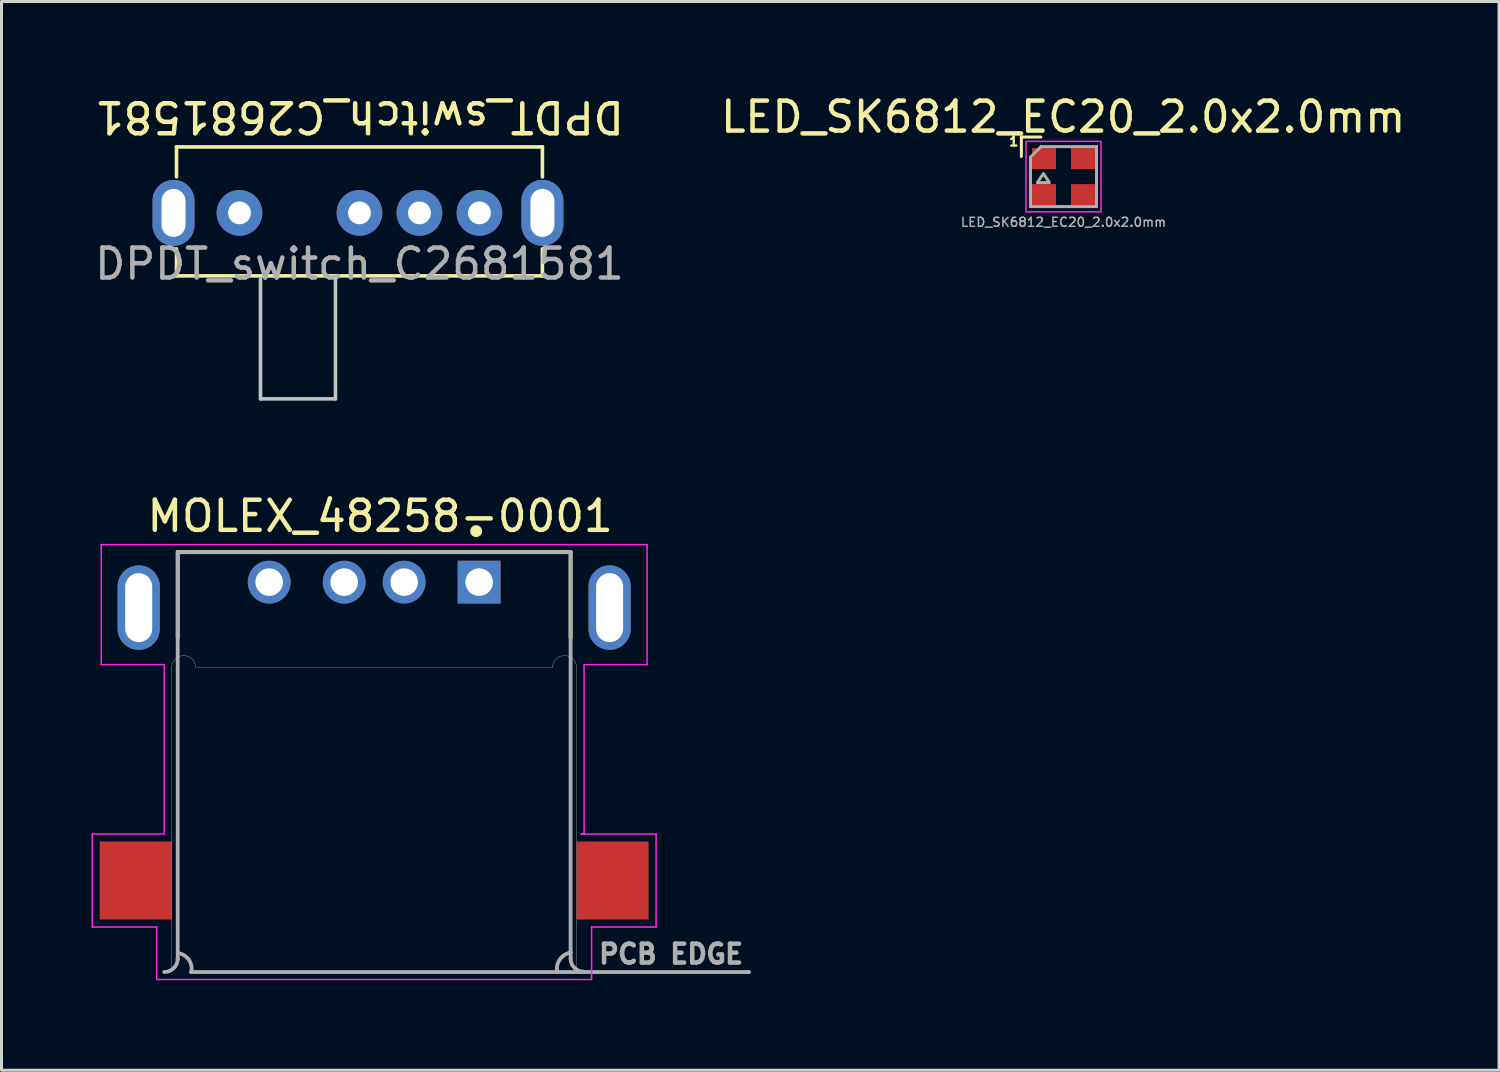
<source format=kicad_pcb>
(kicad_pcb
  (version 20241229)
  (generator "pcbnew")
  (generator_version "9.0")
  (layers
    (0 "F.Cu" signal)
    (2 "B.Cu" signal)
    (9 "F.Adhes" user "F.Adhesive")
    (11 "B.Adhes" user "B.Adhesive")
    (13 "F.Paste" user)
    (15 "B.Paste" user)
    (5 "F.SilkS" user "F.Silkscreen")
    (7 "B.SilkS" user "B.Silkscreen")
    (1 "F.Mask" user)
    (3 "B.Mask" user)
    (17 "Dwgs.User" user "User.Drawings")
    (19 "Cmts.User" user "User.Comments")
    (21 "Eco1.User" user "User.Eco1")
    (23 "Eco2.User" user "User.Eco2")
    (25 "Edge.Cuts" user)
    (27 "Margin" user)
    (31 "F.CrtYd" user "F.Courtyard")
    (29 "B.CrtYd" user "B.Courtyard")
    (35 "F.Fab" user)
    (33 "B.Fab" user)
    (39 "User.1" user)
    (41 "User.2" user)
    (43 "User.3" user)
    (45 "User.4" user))
  (footprint "MOLEX_48258-0001"
    (layer "F.Cu")
    (at 12.925 16.359)
    (property "Reference" "MOLEX_48258-0001" (at -3.3 -2.2 0) (layer "F.SilkS") (effects (font (size 1.005 1.005) (thickness 0.15))))
    (attr through_hole)
    (fp_poly (pts (xy -10.35 2.85) (xy -10.349 2.824) (xy -10.347 2.798) (xy -10.344 2.772) (xy -10.339 2.746) (xy -10.333 2.721) (xy -10.326 2.695) (xy -10.317 2.671) (xy -10.307 2.647) (xy -10.296 2.623) (xy -10.283 2.6) (xy -10.269 2.578) (xy -10.255 2.556) (xy -10.239 2.535) (xy -10.222 2.515) (xy -10.204 2.496) (xy -10.185 2.478) (xy -10.165 2.461) (xy -10.144 2.445) (xy -10.122 2.431) (xy -10.1 2.417) (xy -10.077 2.404) (xy -10.053 2.393) (xy -10.029 2.383) (xy -10.005 2.374) (xy -9.979 2.367) (xy -9.954 2.361) (xy -9.928 2.356) (xy -9.902 2.353) (xy -9.876 2.351) (xy -9.85 2.35) (xy -9.824 2.35) (xy -9.801 2.351) (xy -9.778 2.354) (xy -9.755 2.357) (xy -9.732 2.361) (xy -9.709 2.367) (xy -9.687 2.373) (xy -9.665 2.381) (xy -9.644 2.389) (xy -9.623 2.399) (xy -9.602 2.41) (xy -9.582 2.421) (xy -9.562 2.433) (xy -9.543 2.447) (xy -9.525 2.461) (xy -9.507 2.476) (xy -9.49 2.492) (xy -9.474 2.508) (xy -9.459 2.526) (xy -9.444 2.544) (xy -9.43 2.562) (xy -9.418 2.582) (xy -9.406 2.601) (xy -9.395 2.622) (xy -9.385 2.643) (xy -9.375 2.664) (xy -9.367 2.686) (xy -9.36 2.708) (xy -9.354 2.73) (xy -9.35 2.75) (xy 2.35 2.75) (xy 2.354 2.73) (xy 2.36 2.708) (xy 2.367 2.686) (xy 2.375 2.664) (xy 2.385 2.643) (xy 2.395 2.622) (xy 2.406 2.601) (xy 2.418 2.582) (xy 2.43 2.562) (xy 2.444 2.544) (xy 2.459 2.526) (xy 2.474 2.508) (xy 2.49 2.492) (xy 2.507 2.476) (xy 2.525 2.461) (xy 2.543 2.447) (xy 2.562 2.433) (xy 2.582 2.421) (xy 2.602 2.41) (xy 2.623 2.399) (xy 2.644 2.389) (xy 2.665 2.381) (xy 2.687 2.373) (xy 2.709 2.367) (xy 2.732 2.361) (xy 2.755 2.357) (xy 2.778 2.354) (xy 2.801 2.351) (xy 2.824 2.35) (xy 2.85 2.35) (xy 2.876 2.351) (xy 2.902 2.353) (xy 2.928 2.356) (xy 2.954 2.361) (xy 2.979 2.367) (xy 3.005 2.374) (xy 3.029 2.383) (xy 3.053 2.393) (xy 3.077 2.404) (xy 3.1 2.417) (xy 3.122 2.431) (xy 3.144 2.445) (xy 3.165 2.461) (xy 3.185 2.478) (xy 3.204 2.496) (xy 3.222 2.515) (xy 3.239 2.535) (xy 3.255 2.556) (xy 3.269 2.578) (xy 3.283 2.6) (xy 3.296 2.623) (xy 3.307 2.647) (xy 3.317 2.671) (xy 3.326 2.695) (xy 3.333 2.721) (xy 3.339 2.746) (xy 3.344 2.772) (xy 3.347 2.798) (xy 3.349 2.824) (xy 3.35 2.85) (xy 3.35 13.1) (xy -10.35 13.1) (xy -10.35 2.85)) (stroke (width 0.001) (type solid)) (fill yes) (layer "F.Mask"))
    (fp_poly (pts (xy -10.35 2.85) (xy -10.349 2.824) (xy -10.347 2.798) (xy -10.344 2.772) (xy -10.339 2.746) (xy -10.333 2.721) (xy -10.326 2.695) (xy -10.317 2.671) (xy -10.307 2.647) (xy -10.296 2.623) (xy -10.283 2.6) (xy -10.269 2.578) (xy -10.255 2.556) (xy -10.239 2.535) (xy -10.222 2.515) (xy -10.204 2.496) (xy -10.185 2.478) (xy -10.165 2.461) (xy -10.144 2.445) (xy -10.122 2.431) (xy -10.1 2.417) (xy -10.077 2.404) (xy -10.053 2.393) (xy -10.029 2.383) (xy -10.005 2.374) (xy -9.979 2.367) (xy -9.954 2.361) (xy -9.928 2.356) (xy -9.902 2.353) (xy -9.876 2.351) (xy -9.85 2.35) (xy -9.824 2.35) (xy -9.801 2.351) (xy -9.778 2.354) (xy -9.755 2.357) (xy -9.732 2.361) (xy -9.709 2.367) (xy -9.687 2.373) (xy -9.665 2.381) (xy -9.644 2.389) (xy -9.623 2.399) (xy -9.602 2.41) (xy -9.582 2.421) (xy -9.562 2.433) (xy -9.543 2.447) (xy -9.525 2.461) (xy -9.507 2.476) (xy -9.49 2.492) (xy -9.474 2.508) (xy -9.459 2.526) (xy -9.444 2.544) (xy -9.43 2.562) (xy -9.418 2.582) (xy -9.406 2.601) (xy -9.395 2.622) (xy -9.385 2.643) (xy -9.375 2.664) (xy -9.367 2.686) (xy -9.36 2.708) (xy -9.354 2.73) (xy -9.35 2.75) (xy 2.35 2.75) (xy 2.354 2.73) (xy 2.36 2.708) (xy 2.367 2.686) (xy 2.375 2.664) (xy 2.385 2.643) (xy 2.395 2.622) (xy 2.406 2.601) (xy 2.418 2.582) (xy 2.43 2.562) (xy 2.444 2.544) (xy 2.459 2.526) (xy 2.474 2.508) (xy 2.49 2.492) (xy 2.507 2.476) (xy 2.525 2.461) (xy 2.543 2.447) (xy 2.562 2.433) (xy 2.582 2.421) (xy 2.602 2.41) (xy 2.623 2.399) (xy 2.644 2.389) (xy 2.665 2.381) (xy 2.687 2.373) (xy 2.709 2.367) (xy 2.732 2.361) (xy 2.755 2.357) (xy 2.778 2.354) (xy 2.801 2.351) (xy 2.824 2.35) (xy 2.85 2.35) (xy 2.876 2.351) (xy 2.902 2.353) (xy 2.928 2.356) (xy 2.954 2.361) (xy 2.979 2.367) (xy 3.005 2.374) (xy 3.029 2.383) (xy 3.053 2.393) (xy 3.077 2.404) (xy 3.1 2.417) (xy 3.122 2.431) (xy 3.144 2.445) (xy 3.165 2.461) (xy 3.185 2.478) (xy 3.204 2.496) (xy 3.222 2.515) (xy 3.239 2.535) (xy 3.255 2.556) (xy 3.269 2.578) (xy 3.283 2.6) (xy 3.296 2.623) (xy 3.307 2.647) (xy 3.317 2.671) (xy 3.326 2.695) (xy 3.333 2.721) (xy 3.339 2.746) (xy 3.344 2.772) (xy 3.347 2.798) (xy 3.349 2.824) (xy 3.35 2.85) (xy 3.35 13.1) (xy -10.35 13.1) (xy -10.35 2.85)) (stroke (width 0.001) (type solid)) (fill yes) (layer "B.Mask"))
    (fp_line (start -10.05 -1) (end -10.05 1.85) (stroke (width 0.127) (type solid)) (layer "F.SilkS"))
    (fp_line (start -10.05 -1) (end 3.05 -1) (stroke (width 0.127) (type solid)) (layer "F.SilkS"))
    (fp_line (start 3.05 -1) (end 3.05 1.85) (stroke (width 0.127) (type solid)) (layer "F.SilkS"))
    (fp_circle (center -0.1 -1.7) (end 0 -1.7) (stroke (width 0.2) (type solid)) (fill no) (layer "F.SilkS"))
    (fp_line (start -10.25 2.85) (end -10.25 13) (stroke (width 0.01) (type solid)) (layer "Edge.Cuts"))
    (fp_line (start -9.45 2.85) (end 2.45 2.85) (stroke (width 0.01) (type solid)) (layer "Edge.Cuts"))
    (fp_line (start 3.25 2.85) (end 3.25 13) (stroke (width 0.01) (type solid)) (layer "Edge.Cuts"))
    (fp_arc (start -10.25 2.85) (mid -10.132843 2.567157) (end -9.85 2.45) (stroke (width 0.01) (type solid)) (layer "Edge.Cuts"))
    (fp_arc (start -9.85 2.45) (mid -9.567157 2.567157) (end -9.45 2.85) (stroke (width 0.01) (type solid)) (layer "Edge.Cuts"))
    (fp_arc (start 2.45 2.85) (mid 2.567157 2.567157) (end 2.85 2.45) (stroke (width 0.01) (type solid)) (layer "Edge.Cuts"))
    (fp_arc (start 2.85 2.45) (mid 3.132843 2.567157) (end 3.25 2.85) (stroke (width 0.01) (type solid)) (layer "Edge.Cuts"))
    (fp_line (start -12.9 8.4) (end -10.5 8.4) (stroke (width 0.05) (type solid)) (layer "F.CrtYd"))
    (fp_line (start -12.9 11.5) (end -12.9 8.4) (stroke (width 0.05) (type solid)) (layer "F.CrtYd"))
    (fp_line (start -12.6 -1.25) (end -12.6 2.75) (stroke (width 0.05) (type solid)) (layer "F.CrtYd"))
    (fp_line (start -12.6 -1.25) (end 5.6 -1.25) (stroke (width 0.05) (type solid)) (layer "F.CrtYd"))
    (fp_line (start -12.6 2.75) (end -10.5 2.75) (stroke (width 0.05) (type solid)) (layer "F.CrtYd"))
    (fp_line (start -10.75 11.5) (end -12.9 11.5) (stroke (width 0.05) (type solid)) (layer "F.CrtYd"))
    (fp_line (start -10.75 13.25) (end -10.75 11.5) (stroke (width 0.05) (type solid)) (layer "F.CrtYd"))
    (fp_line (start -10.5 2.75) (end -10.5 8.4) (stroke (width 0.05) (type solid)) (layer "F.CrtYd"))
    (fp_line (start 3.4 8.4) (end 5.9 8.4) (stroke (width 0.05) (type solid)) (layer "F.CrtYd"))
    (fp_line (start 3.5 2.75) (end 3.5 8.401) (stroke (width 0.05) (type solid)) (layer "F.CrtYd"))
    (fp_line (start 3.5 8.401) (end 3.401 8.401) (stroke (width 0.05) (type solid)) (layer "F.CrtYd"))
    (fp_line (start 3.75 11.5) (end 3.75 13.25) (stroke (width 0.05) (type solid)) (layer "F.CrtYd"))
    (fp_line (start 3.75 13.25) (end -10.75 13.25) (stroke (width 0.05) (type solid)) (layer "F.CrtYd"))
    (fp_line (start 5.6 -1.25) (end 5.6 2.75) (stroke (width 0.05) (type solid)) (layer "F.CrtYd"))
    (fp_line (start 5.6 2.75) (end 3.5 2.75) (stroke (width 0.05) (type solid)) (layer "F.CrtYd"))
    (fp_line (start 5.9 8.4) (end 5.9 11.5) (stroke (width 0.05) (type solid)) (layer "F.CrtYd"))
    (fp_line (start 5.9 11.5) (end 3.75 11.5) (stroke (width 0.05) (type solid)) (layer "F.CrtYd"))
    (fp_line (start -10.05 -1) (end 3.05 -1) (stroke (width 0.127) (type solid)) (layer "F.Fab"))
    (fp_line (start -10.05 12.56) (end -10.05 -1) (stroke (width 0.127) (type solid)) (layer "F.Fab"))
    (fp_line (start -10.05 12.58) (end -10.05 12.56) (stroke (width 0.127) (type solid)) (layer "F.Fab"))
    (fp_line (start -9.6 13) (end 2.6 13) (stroke (width 0.127) (type solid)) (layer "F.Fab"))
    (fp_line (start 2.6 13) (end 9 13) (stroke (width 0.127) (type solid)) (layer "F.Fab"))
    (fp_line (start 3.05 -1) (end 3.05 12.35) (stroke (width 0.127) (type solid)) (layer "F.Fab"))
    (fp_line (start 3.05 12.35) (end 3.05 12.56) (stroke (width 0.127) (type solid)) (layer "F.Fab"))
    (fp_arc (start -10.05 12.56) (mid -10.183873 12.873198) (end -10.5 13) (stroke (width 0.127) (type solid)) (layer "F.Fab"))
    (fp_arc (start -9.99 12.38) (mid -9.666594 12.609228) (end -9.6 13) (stroke (width 0.127) (type solid)) (layer "F.Fab"))
    (fp_arc (start 2.6 13) (mid 2.690381 12.581802) (end 3.05 12.35) (stroke (width 0.127) (type solid)) (layer "F.Fab"))
    (fp_arc (start 3.49 12.99) (mid 3.178873 12.861127) (end 3.05 12.55) (stroke (width 0.127) (type solid)) (layer "F.Fab"))
    (fp_text user "PCB EDGE" (at 6.4 12.4 0) (layer "F.Fab") (effects (font (size 0.63 0.63) (thickness 0.15))))
    (pad "1" thru_hole rect (at 0 0) (size 1.428 1.428) (drill 0.92) (layers "*.Cu" "*.Mask"))
    (pad "2" thru_hole circle (at -2.5 0) (size 1.428 1.428) (drill 0.92) (layers "*.Cu" "*.Mask"))
    (pad "3" thru_hole circle (at -4.5 0) (size 1.428 1.428) (drill 0.92) (layers "*.Cu" "*.Mask"))
    (pad "4" thru_hole circle (at -7 0) (size 1.428 1.428) (drill 0.92) (layers "*.Cu" "*.Mask"))
    (pad "SH1" smd rect (at -11.45 9.95) (size 2.4 2.6) (layers "F.Cu" "F.Mask" "F.Paste"))
    (pad "SH2" smd rect (at 4.45 9.95) (size 2.4 2.6) (layers "F.Cu" "F.Mask" "F.Paste"))
    (pad "SH3" thru_hole oval (at -11.35 0.85) (size 1.408 2.816) (drill oval 0.9 2.3) (layers "*.Cu" "*.Mask"))
    (pad "SH4" thru_hole oval (at 4.35 0.85) (size 1.408 2.816) (drill oval 0.9 2.3) (layers "*.Cu" "*.Mask")))
  (footprint "LED_SK6812_EC20_2.0x2.0mm"
    (layer "F.Cu")
    (at 32.409 2.838)
    (property "Reference" "LED_SK6812_EC20_2.0x2.0mm" (at -0.01 -1.99 0) (layer "F.SilkS") (effects (font (size 1 1) (thickness 0.15))))
    (attr smd)
    (fp_line (start -1.405 -1.32) (end -1.405 -0.67) (stroke (width 0.1) (type solid)) (layer "F.SilkS"))
    (fp_line (start -0.755 -1.32) (end -1.405 -1.32) (stroke (width 0.1) (type solid)) (layer "F.SilkS"))
    (fp_rect (start -1.25 -1.175) (end 1.25 1.175) (stroke (width 0.05) (type default)) (fill no) (layer "F.CrtYd"))
    (fp_line (start -1.1 -0.65) (end -1.1 1) (stroke (width 0.1) (type default)) (layer "F.Fab"))
    (fp_line (start -0.75 -1) (end -1.1 -0.65) (stroke (width 0.1) (type default)) (layer "F.Fab"))
    (fp_line (start 1.1 -1) (end -0.75 -1) (stroke (width 0.1) (type default)) (layer "F.Fab"))
    (fp_line (start 1.1 -1) (end 1.1 1) (stroke (width 0.1) (type default)) (layer "F.Fab"))
    (fp_line (start 1.1 1) (end -1.1 1) (stroke (width 0.1) (type default)) (layer "F.Fab"))
    (fp_poly (pts (xy -0.47 0.2) (xy -0.67 -0.1) (xy -0.87 0.2)) (stroke (width 0.1) (type solid)) (fill no) (layer "F.Fab"))
    (fp_text user "1" (at -1.66 -1.17 0) (layer "F.SilkS") (effects (font (size 0.3 0.3) (thickness 0.075))))
    (fp_text user "${REFERENCE}" (at 0 1.52 0) (layer "F.Fab") (effects (font (size 0.3 0.3) (thickness 0.05))))
    (pad "1" smd rect (at -0.65 -0.6) (size 0.8 0.7) (layers "F.Cu" "F.Mask" "F.Paste"))
    (pad "2" smd rect (at -0.65 0.6) (size 0.8 0.7) (layers "F.Cu" "F.Mask" "F.Paste"))
    (pad "3" smd rect (at 0.65 0.6) (size 0.8 0.7) (layers "F.Cu" "F.Mask" "F.Paste"))
    (pad "4" smd rect (at 0.65 -0.6) (size 0.8 0.7) (layers "F.Cu" "F.Mask" "F.Paste")))
  (footprint "DPDT_switch_C2681581"
    (layer "F.Cu")
    (at 8.935 4.048)
    (property "Reference" "DPDT_switch_C2681581" (at 0 -3.2 180) (unlocked yes) (layer "F.SilkS") (effects (font (size 1 1) (thickness 0.15))))
    (attr through_hole)
    (fp_line (start -6.1 -2.2) (end -6.1 -1.2) (stroke (width 0.12) (type default)) (layer "F.SilkS"))
    (fp_line (start -6.1 2.1) (end -6.1 1.2) (stroke (width 0.12) (type default)) (layer "F.SilkS"))
    (fp_line (start 6.1 -2.2) (end -6.1 -2.2) (stroke (width 0.12) (type default)) (layer "F.SilkS"))
    (fp_line (start 6.1 -1.2) (end 6.1 -2.2) (stroke (width 0.12) (type default)) (layer "F.SilkS"))
    (fp_line (start 6.1 1.2) (end 6.1 2.1) (stroke (width 0.12) (type default)) (layer "F.SilkS"))
    (fp_line (start 6.1 2.1) (end -6.1 2.1) (stroke (width 0.12) (type default)) (layer "F.SilkS"))
    (fp_line (start -3.3 6.2) (end -3.3 2.2) (stroke (width 0.12) (type default)) (layer "Dwgs.User"))
    (fp_line (start -0.8 2.2) (end -0.8 6.2) (stroke (width 0.12) (type default)) (layer "Dwgs.User"))
    (fp_line (start -0.8 6.2) (end -3.3 6.2) (stroke (width 0.12) (type default)) (layer "Dwgs.User"))
    (fp_text user "${REFERENCE}" (at 0 1.7 0) (unlocked yes) (layer "F.Fab") (effects (font (size 1 1) (thickness 0.15))))
    (pad "" np_thru_hole oval (at -6.2 0 180) (size 1.4 2.2) (drill oval 0.8 1.6) (layers "*.Cu" "*.Mask"))
    (pad "" np_thru_hole oval (at 6.1 0 180) (size 1.4 2.2) (drill oval 0.8 1.6) (layers "*.Cu" "*.Mask"))
    (pad "1" thru_hole circle (at 4 0 180) (size 1.524 1.524) (drill 0.762) (layers "*.Cu" "*.Mask"))
    (pad "2" thru_hole circle (at 2 0 180) (size 1.524 1.524) (drill 0.762) (layers "*.Cu" "*.Mask"))
    (pad "3" thru_hole circle (at 0 0 180) (size 1.524 1.524) (drill 0.762) (layers "*.Cu" "*.Mask"))
    (pad "4" thru_hole circle (at -4 0 180) (size 1.524 1.524) (drill 0.762) (layers "*.Cu" "*.Mask")))
  (gr_rect
    (start -3 -3)
    (end 46.929 32.634)
    (stroke (width 0.1) (type default))
    (fill no)
    (layer "Edge.Cuts")))
</source>
